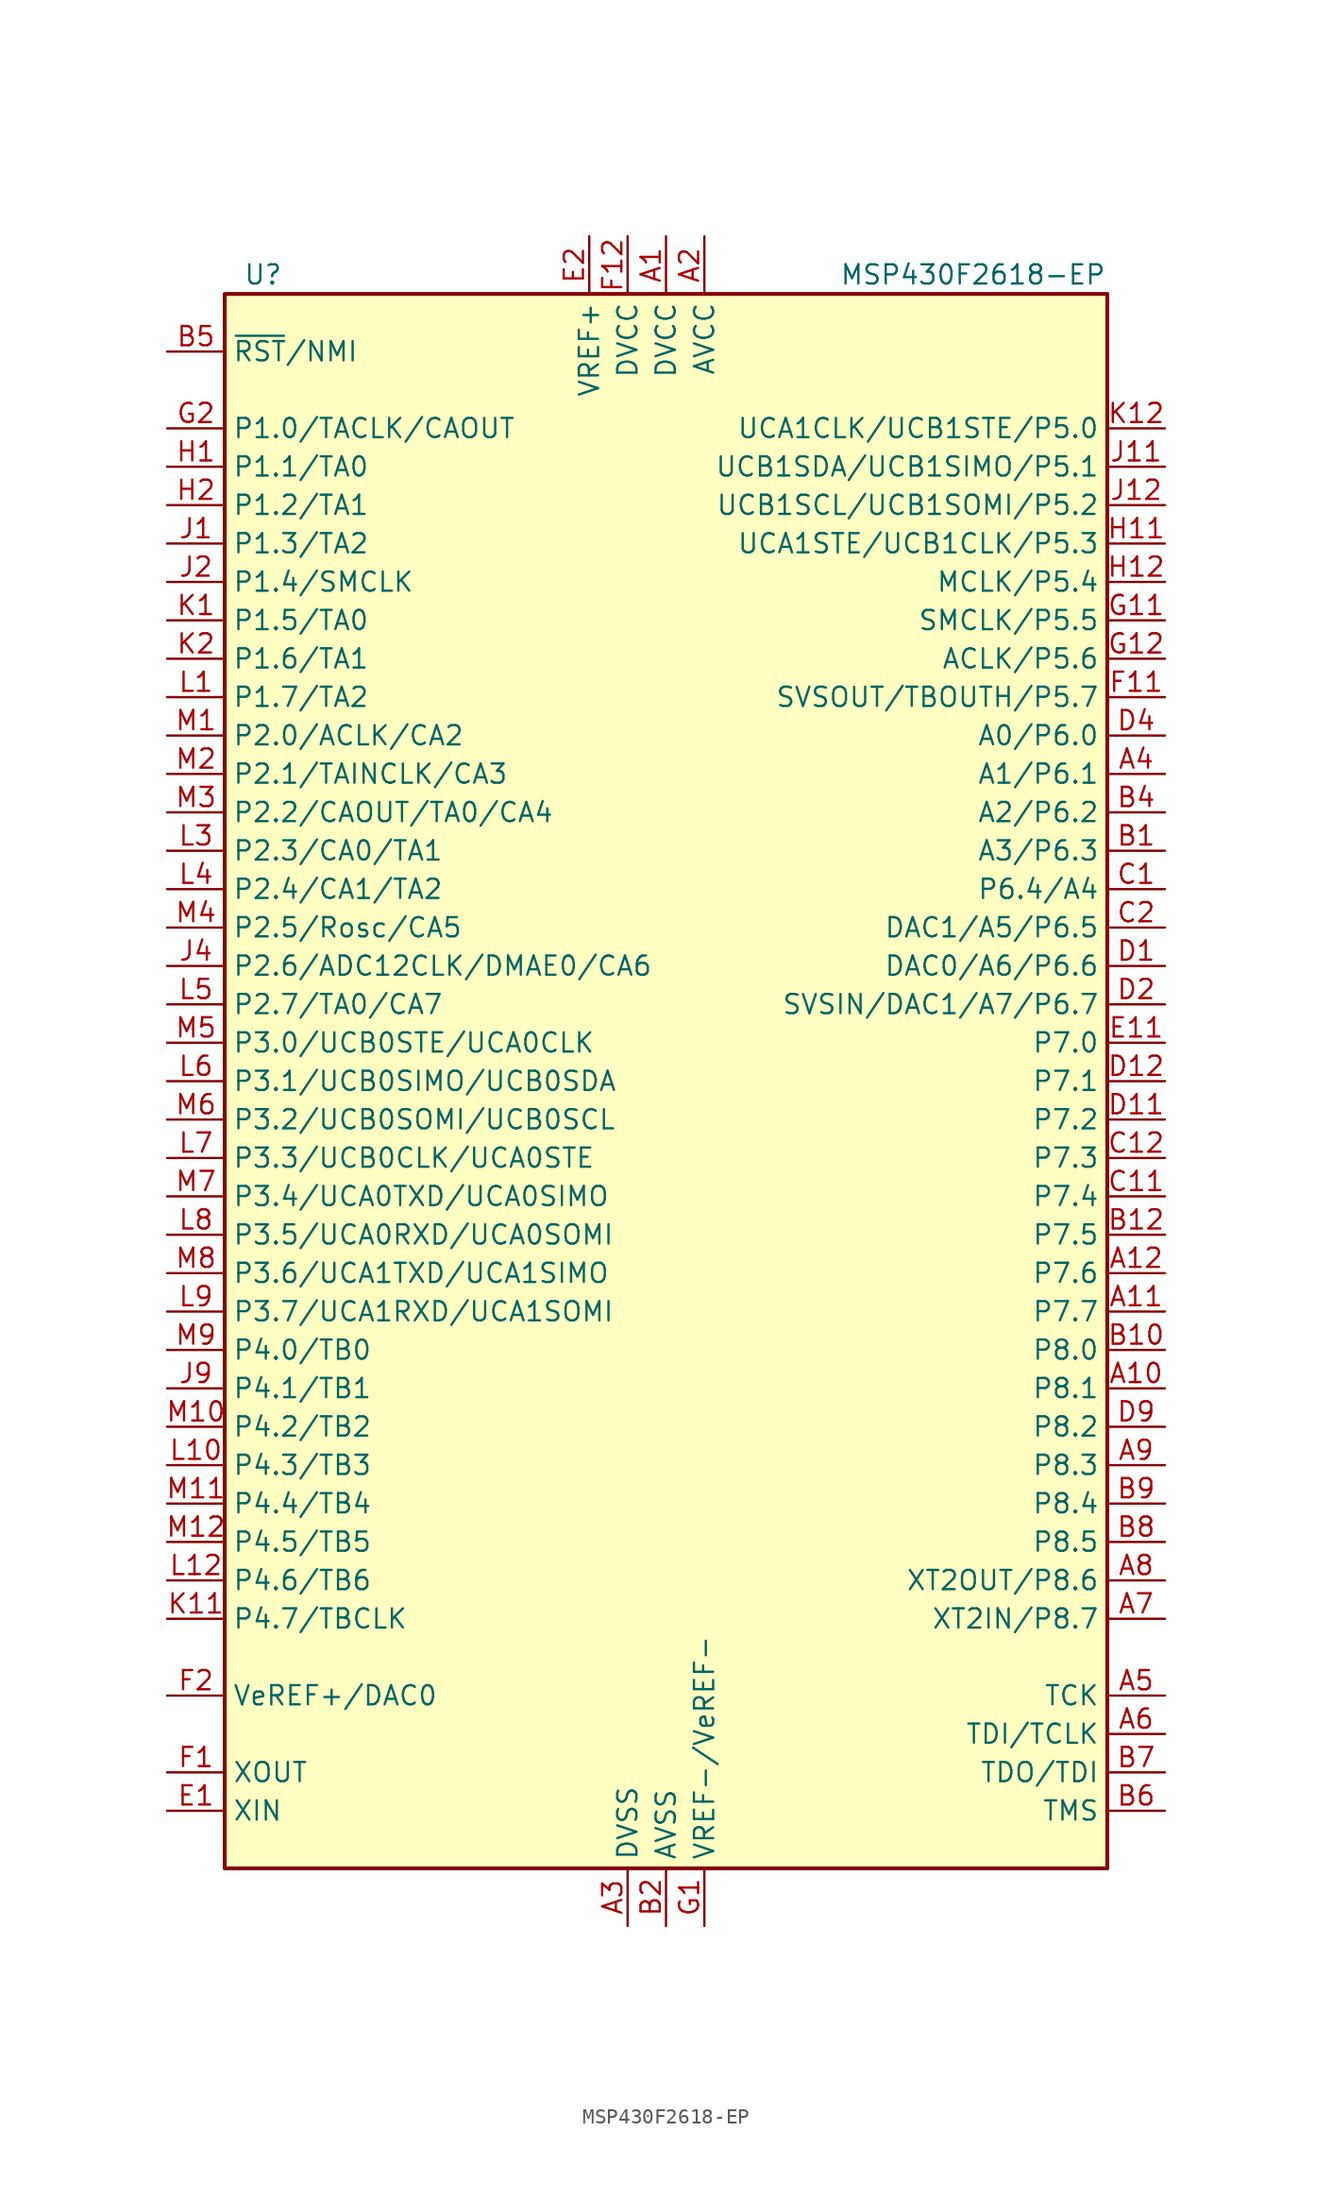
<source format=kicad_sym>
(kicad_symbol_lib
  (version 20211014)
  (generator kicad_symbol_editor)
  (symbol "MSP430F2618-EP"
    (property "Reference" "U"
      (at -26.67 53.34 0)
      (effects (font (size 1.27 1.27))))
    (property "Value" "MSP430F2618-EP"
      (at 20.32 53.34 0)
      (effects (font (size 1.27 1.27))))
    (symbol "MSP430F2618-EP_0_1"
      (rectangle (start -29.21 52.07) (end 29.21 -52.07) (stroke (width 0.254) (type default) (color 0 0 0 0)) (fill (type background))))
    (symbol "MSP430F2618-EP_1_1"
      (pin power_in line (at 0 55.88 270) (length 3.81) (name "DVCC" (effects (font (size 1.27 1.27)))) (number "A1" (effects (font (size 1.27 1.27)))))
      (pin bidirectional line (at 33.02 -20.32 180) (length 3.81) (name "P8.1" (effects (font (size 1.27 1.27)))) (number "A10" (effects (font (size 1.27 1.27)))))
      (pin bidirectional line (at 33.02 -15.24 180) (length 3.81) (name "P7.7" (effects (font (size 1.27 1.27)))) (number "A11" (effects (font (size 1.27 1.27)))))
      (pin bidirectional line (at 33.02 -12.7 180) (length 3.81) (name "P7.6" (effects (font (size 1.27 1.27)))) (number "A12" (effects (font (size 1.27 1.27)))))
      (pin power_in line (at 2.54 55.88 270) (length 3.81) (name "AVCC" (effects (font (size 1.27 1.27)))) (number "A2" (effects (font (size 1.27 1.27)))))
      (pin power_in line (at -2.54 -55.88 90) (length 3.81) (name "DVSS" (effects (font (size 1.27 1.27)))) (number "A3" (effects (font (size 1.27 1.27)))))
      (pin bidirectional line (at 33.02 20.32 180) (length 3.81) (name "A1/P6.1" (effects (font (size 1.27 1.27)))) (number "A4" (effects (font (size 1.27 1.27)))))
      (pin input line (at 33.02 -40.64 180) (length 3.81) (name "TCK" (effects (font (size 1.27 1.27)))) (number "A5" (effects (font (size 1.27 1.27)))))
      (pin input line (at 33.02 -43.18 180) (length 3.81) (name "TDI/TCLK" (effects (font (size 1.27 1.27)))) (number "A6" (effects (font (size 1.27 1.27)))))
      (pin bidirectional line (at 33.02 -35.56 180) (length 3.81) (name "XT2IN/P8.7" (effects (font (size 1.27 1.27)))) (number "A7" (effects (font (size 1.27 1.27)))))
      (pin bidirectional line (at 33.02 -33.02 180) (length 3.81) (name "XT2OUT/P8.6" (effects (font (size 1.27 1.27)))) (number "A8" (effects (font (size 1.27 1.27)))))
      (pin bidirectional line (at 33.02 -25.4 180) (length 3.81) (name "P8.3" (effects (font (size 1.27 1.27)))) (number "A9" (effects (font (size 1.27 1.27)))))
      (pin bidirectional line (at 33.02 15.24 180) (length 3.81) (name "A3/P6.3" (effects (font (size 1.27 1.27)))) (number "B1" (effects (font (size 1.27 1.27)))))
      (pin bidirectional line (at 33.02 -17.78 180) (length 3.81) (name "P8.0" (effects (font (size 1.27 1.27)))) (number "B10" (effects (font (size 1.27 1.27)))))
      (pin power_in line (at -2.54 -55.88 90) (length 3.81) hide (name "DVSS" (effects (font (size 1.27 1.27)))) (number "B11" (effects (font (size 1.27 1.27)))))
      (pin bidirectional line (at 33.02 -10.16 180) (length 3.81) (name "P7.5" (effects (font (size 1.27 1.27)))) (number "B12" (effects (font (size 1.27 1.27)))))
      (pin power_in line (at 0 -55.88 90) (length 3.81) (name "AVSS" (effects (font (size 1.27 1.27)))) (number "B2" (effects (font (size 1.27 1.27)))))
      (pin power_in line (at 0 -55.88 90) (length 3.81) hide (name "AVSS" (effects (font (size 1.27 1.27)))) (number "B3" (effects (font (size 1.27 1.27)))))
      (pin bidirectional line (at 33.02 17.78 180) (length 3.81) (name "A2/P6.2" (effects (font (size 1.27 1.27)))) (number "B4" (effects (font (size 1.27 1.27)))))
      (pin input line (at -33.02 48.26 0) (length 3.81) (name "~{RST}/NMI" (effects (font (size 1.27 1.27)))) (number "B5" (effects (font (size 1.27 1.27)))))
      (pin input line (at 33.02 -48.26 180) (length 3.81) (name "TMS" (effects (font (size 1.27 1.27)))) (number "B6" (effects (font (size 1.27 1.27)))))
      (pin bidirectional line (at 33.02 -45.72 180) (length 3.81) (name "TDO/TDI" (effects (font (size 1.27 1.27)))) (number "B7" (effects (font (size 1.27 1.27)))))
      (pin bidirectional line (at 33.02 -30.48 180) (length 3.81) (name "P8.5" (effects (font (size 1.27 1.27)))) (number "B8" (effects (font (size 1.27 1.27)))))
      (pin bidirectional line (at 33.02 -27.94 180) (length 3.81) (name "P8.4" (effects (font (size 1.27 1.27)))) (number "B9" (effects (font (size 1.27 1.27)))))
      (pin bidirectional line (at 33.02 12.7 180) (length 3.81) (name "P6.4/A4" (effects (font (size 1.27 1.27)))) (number "C1" (effects (font (size 1.27 1.27)))))
      (pin bidirectional line (at 33.02 -7.62 180) (length 3.81) (name "P7.4" (effects (font (size 1.27 1.27)))) (number "C11" (effects (font (size 1.27 1.27)))))
      (pin bidirectional line (at 33.02 -5.08 180) (length 3.81) (name "P7.3" (effects (font (size 1.27 1.27)))) (number "C12" (effects (font (size 1.27 1.27)))))
      (pin bidirectional line (at 33.02 10.16 180) (length 3.81) (name "DAC1/A5/P6.5" (effects (font (size 1.27 1.27)))) (number "C2" (effects (font (size 1.27 1.27)))))
      (pin bidirectional line (at 33.02 10.16 180) (length 3.81) hide (name "DAC1/A5/P6.5" (effects (font (size 1.27 1.27)))) (number "C3" (effects (font (size 1.27 1.27)))))
      (pin bidirectional line (at 33.02 7.62 180) (length 3.81) (name "DAC0/A6/P6.6" (effects (font (size 1.27 1.27)))) (number "D1" (effects (font (size 1.27 1.27)))))
      (pin bidirectional line (at 33.02 -2.54 180) (length 3.81) (name "P7.2" (effects (font (size 1.27 1.27)))) (number "D11" (effects (font (size 1.27 1.27)))))
      (pin bidirectional line (at 33.02 0 180) (length 3.81) (name "P7.1" (effects (font (size 1.27 1.27)))) (number "D12" (effects (font (size 1.27 1.27)))))
      (pin bidirectional line (at 33.02 5.08 180) (length 3.81) (name "SVSIN/DAC1/A7/P6.7" (effects (font (size 1.27 1.27)))) (number "D2" (effects (font (size 1.27 1.27)))))
      (pin bidirectional line (at 33.02 22.86 180) (length 3.81) (name "A0/P6.0" (effects (font (size 1.27 1.27)))) (number "D4" (effects (font (size 1.27 1.27)))))
      (pin power_in line (at -2.54 -55.88 90) (length 3.81) hide (name "DVSS" (effects (font (size 1.27 1.27)))) (number "D5" (effects (font (size 1.27 1.27)))))
      (pin power_in line (at -2.54 -55.88 90) (length 3.81) hide (name "DVSS" (effects (font (size 1.27 1.27)))) (number "D6" (effects (font (size 1.27 1.27)))))
      (pin power_in line (at -2.54 -55.88 90) (length 3.81) hide (name "DVSS" (effects (font (size 1.27 1.27)))) (number "D7" (effects (font (size 1.27 1.27)))))
      (pin power_in line (at -2.54 -55.88 90) (length 3.81) hide (name "DVSS" (effects (font (size 1.27 1.27)))) (number "D8" (effects (font (size 1.27 1.27)))))
      (pin bidirectional line (at 33.02 -22.86 180) (length 3.81) (name "P8.2" (effects (font (size 1.27 1.27)))) (number "D9" (effects (font (size 1.27 1.27)))))
      (pin input line (at -33.02 -48.26 0) (length 3.81) (name "XIN" (effects (font (size 1.27 1.27)))) (number "E1" (effects (font (size 1.27 1.27)))))
      (pin power_in line (at 33.02 2.54 180) (length 3.81) (name "P7.0" (effects (font (size 1.27 1.27)))) (number "E11" (effects (font (size 1.27 1.27)))))
      (pin power_in line (at -2.54 -55.88 90) (length 3.81) hide (name "DVSS" (effects (font (size 1.27 1.27)))) (number "E12" (effects (font (size 1.27 1.27)))))
      (pin power_in line (at -5.08 55.88 270) (length 3.81) (name "VREF+" (effects (font (size 1.27 1.27)))) (number "E2" (effects (font (size 1.27 1.27)))))
      (pin power_in line (at -2.54 -55.88 90) (length 3.81) hide (name "DVSS" (effects (font (size 1.27 1.27)))) (number "E4" (effects (font (size 1.27 1.27)))))
      (pin power_in line (at -2.54 -55.88 90) (length 3.81) hide (name "DVSS" (effects (font (size 1.27 1.27)))) (number "E5" (effects (font (size 1.27 1.27)))))
      (pin power_in line (at -2.54 -55.88 90) (length 3.81) hide (name "DVSS" (effects (font (size 1.27 1.27)))) (number "E6" (effects (font (size 1.27 1.27)))))
      (pin power_in line (at -2.54 -55.88 90) (length 3.81) hide (name "DVSS" (effects (font (size 1.27 1.27)))) (number "E7" (effects (font (size 1.27 1.27)))))
      (pin power_in line (at -2.54 -55.88 90) (length 3.81) hide (name "DVSS" (effects (font (size 1.27 1.27)))) (number "E8" (effects (font (size 1.27 1.27)))))
      (pin power_in line (at -2.54 -55.88 90) (length 3.81) hide (name "DVSS" (effects (font (size 1.27 1.27)))) (number "E9" (effects (font (size 1.27 1.27)))))
      (pin output line (at -33.02 -45.72 0) (length 3.81) (name "XOUT" (effects (font (size 1.27 1.27)))) (number "F1" (effects (font (size 1.27 1.27)))))
      (pin bidirectional line (at 33.02 25.4 180) (length 3.81) (name "SVSOUT/TBOUTH/P5.7" (effects (font (size 1.27 1.27)))) (number "F11" (effects (font (size 1.27 1.27)))))
      (pin power_in line (at -2.54 55.88 270) (length 3.81) (name "DVCC" (effects (font (size 1.27 1.27)))) (number "F12" (effects (font (size 1.27 1.27)))))
      (pin bidirectional line (at -33.02 -40.64 0) (length 3.81) (name "VeREF+/DAC0" (effects (font (size 1.27 1.27)))) (number "F2" (effects (font (size 1.27 1.27)))))
      (pin power_in line (at -2.54 -55.88 90) (length 3.81) hide (name "DVSS" (effects (font (size 1.27 1.27)))) (number "F4" (effects (font (size 1.27 1.27)))))
      (pin power_in line (at -2.54 -55.88 90) (length 3.81) hide (name "DVSS" (effects (font (size 1.27 1.27)))) (number "F5" (effects (font (size 1.27 1.27)))))
      (pin power_in line (at -2.54 -55.88 90) (length 3.81) hide (name "DVSS" (effects (font (size 1.27 1.27)))) (number "F8" (effects (font (size 1.27 1.27)))))
      (pin power_in line (at -2.54 -55.88 90) (length 3.81) hide (name "DVSS" (effects (font (size 1.27 1.27)))) (number "F9" (effects (font (size 1.27 1.27)))))
      (pin bidirectional line (at 2.54 -55.88 90) (length 3.81) (name "VREF-/VeREF-" (effects (font (size 1.27 1.27)))) (number "G1" (effects (font (size 1.27 1.27)))))
      (pin bidirectional line (at 33.02 30.48 180) (length 3.81) (name "SMCLK/P5.5" (effects (font (size 1.27 1.27)))) (number "G11" (effects (font (size 1.27 1.27)))))
      (pin bidirectional line (at 33.02 27.94 180) (length 3.81) (name "ACLK/P5.6" (effects (font (size 1.27 1.27)))) (number "G12" (effects (font (size 1.27 1.27)))))
      (pin bidirectional line (at -33.02 43.18 0) (length 3.81) (name "P1.0/TACLK/CAOUT" (effects (font (size 1.27 1.27)))) (number "G2" (effects (font (size 1.27 1.27)))))
      (pin power_in line (at -2.54 -55.88 90) (length 3.81) hide (name "DVSS" (effects (font (size 1.27 1.27)))) (number "G4" (effects (font (size 1.27 1.27)))))
      (pin power_in line (at -2.54 -55.88 90) (length 3.81) hide (name "DVSS" (effects (font (size 1.27 1.27)))) (number "G5" (effects (font (size 1.27 1.27)))))
      (pin power_in line (at -2.54 -55.88 90) (length 3.81) hide (name "DVSS" (effects (font (size 1.27 1.27)))) (number "G8" (effects (font (size 1.27 1.27)))))
      (pin power_in line (at -2.54 -55.88 90) (length 3.81) hide (name "DVSS" (effects (font (size 1.27 1.27)))) (number "G9" (effects (font (size 1.27 1.27)))))
      (pin bidirectional line (at -33.02 40.64 0) (length 3.81) (name "P1.1/TA0" (effects (font (size 1.27 1.27)))) (number "H1" (effects (font (size 1.27 1.27)))))
      (pin bidirectional line (at 33.02 35.56 180) (length 3.81) (name "UCA1STE/UCB1CLK/P5.3" (effects (font (size 1.27 1.27)))) (number "H11" (effects (font (size 1.27 1.27)))))
      (pin bidirectional line (at 33.02 33.02 180) (length 3.81) (name "MCLK/P5.4" (effects (font (size 1.27 1.27)))) (number "H12" (effects (font (size 1.27 1.27)))))
      (pin bidirectional line (at -33.02 38.1 0) (length 3.81) (name "P1.2/TA1" (effects (font (size 1.27 1.27)))) (number "H2" (effects (font (size 1.27 1.27)))))
      (pin power_in line (at -2.54 -55.88 90) (length 3.81) hide (name "DVSS" (effects (font (size 1.27 1.27)))) (number "H4" (effects (font (size 1.27 1.27)))))
      (pin power_in line (at -2.54 -55.88 90) (length 3.81) hide (name "DVSS" (effects (font (size 1.27 1.27)))) (number "H5" (effects (font (size 1.27 1.27)))))
      (pin power_in line (at -2.54 -55.88 90) (length 3.81) hide (name "DVSS" (effects (font (size 1.27 1.27)))) (number "H6" (effects (font (size 1.27 1.27)))))
      (pin power_in line (at -2.54 -55.88 90) (length 3.81) hide (name "DVSS" (effects (font (size 1.27 1.27)))) (number "H7" (effects (font (size 1.27 1.27)))))
      (pin power_in line (at -2.54 -55.88 90) (length 3.81) hide (name "DVSS" (effects (font (size 1.27 1.27)))) (number "H8" (effects (font (size 1.27 1.27)))))
      (pin power_in line (at -2.54 -55.88 90) (length 3.81) hide (name "DVSS" (effects (font (size 1.27 1.27)))) (number "H9" (effects (font (size 1.27 1.27)))))
      (pin bidirectional line (at -33.02 35.56 0) (length 3.81) (name "P1.3/TA2" (effects (font (size 1.27 1.27)))) (number "J1" (effects (font (size 1.27 1.27)))))
      (pin bidirectional line (at 33.02 40.64 180) (length 3.81) (name "UCB1SDA/UCB1SIMO/P5.1" (effects (font (size 1.27 1.27)))) (number "J11" (effects (font (size 1.27 1.27)))))
      (pin bidirectional line (at 33.02 38.1 180) (length 3.81) (name "UCB1SCL/UCB1SOMI/P5.2" (effects (font (size 1.27 1.27)))) (number "J12" (effects (font (size 1.27 1.27)))))
      (pin bidirectional line (at -33.02 33.02 0) (length 3.81) (name "P1.4/SMCLK" (effects (font (size 1.27 1.27)))) (number "J2" (effects (font (size 1.27 1.27)))))
      (pin bidirectional line (at -33.02 7.62 0) (length 3.81) (name "P2.6/ADC12CLK/DMAE0/CA6" (effects (font (size 1.27 1.27)))) (number "J4" (effects (font (size 1.27 1.27)))))
      (pin power_in line (at -2.54 -55.88 90) (length 3.81) hide (name "DVSS" (effects (font (size 1.27 1.27)))) (number "J5" (effects (font (size 1.27 1.27)))))
      (pin power_in line (at -2.54 -55.88 90) (length 3.81) hide (name "DVSS" (effects (font (size 1.27 1.27)))) (number "J6" (effects (font (size 1.27 1.27)))))
      (pin power_in line (at -2.54 -55.88 90) (length 3.81) hide (name "DVSS" (effects (font (size 1.27 1.27)))) (number "J7" (effects (font (size 1.27 1.27)))))
      (pin power_in line (at -2.54 -55.88 90) (length 3.81) hide (name "DVSS" (effects (font (size 1.27 1.27)))) (number "J8" (effects (font (size 1.27 1.27)))))
      (pin bidirectional line (at -33.02 -20.32 0) (length 3.81) (name "P4.1/TB1" (effects (font (size 1.27 1.27)))) (number "J9" (effects (font (size 1.27 1.27)))))
      (pin bidirectional line (at -33.02 30.48 0) (length 3.81) (name "P1.5/TA0" (effects (font (size 1.27 1.27)))) (number "K1" (effects (font (size 1.27 1.27)))))
      (pin bidirectional line (at -33.02 -35.56 0) (length 3.81) (name "P4.7/TBCLK" (effects (font (size 1.27 1.27)))) (number "K11" (effects (font (size 1.27 1.27)))))
      (pin bidirectional line (at 33.02 43.18 180) (length 3.81) (name "UCA1CLK/UCB1STE/P5.0" (effects (font (size 1.27 1.27)))) (number "K12" (effects (font (size 1.27 1.27)))))
      (pin bidirectional line (at -33.02 27.94 0) (length 3.81) (name "P1.6/TA1" (effects (font (size 1.27 1.27)))) (number "K2" (effects (font (size 1.27 1.27)))))
      (pin bidirectional line (at -33.02 25.4 0) (length 3.81) (name "P1.7/TA2" (effects (font (size 1.27 1.27)))) (number "L1" (effects (font (size 1.27 1.27)))))
      (pin bidirectional line (at -33.02 -25.4 0) (length 3.81) (name "P4.3/TB3" (effects (font (size 1.27 1.27)))) (number "L10" (effects (font (size 1.27 1.27)))))
      (pin power_in line (at -2.54 -55.88 90) (length 3.81) hide (name "DVSS" (effects (font (size 1.27 1.27)))) (number "L11" (effects (font (size 1.27 1.27)))))
      (pin bidirectional line (at -33.02 -33.02 0) (length 3.81) (name "P4.6/TB6" (effects (font (size 1.27 1.27)))) (number "L12" (effects (font (size 1.27 1.27)))))
      (pin power_in line (at -2.54 -55.88 90) (length 3.81) hide (name "DVSS" (effects (font (size 1.27 1.27)))) (number "L2" (effects (font (size 1.27 1.27)))))
      (pin bidirectional line (at -33.02 15.24 0) (length 3.81) (name "P2.3/CA0/TA1" (effects (font (size 1.27 1.27)))) (number "L3" (effects (font (size 1.27 1.27)))))
      (pin bidirectional line (at -33.02 12.7 0) (length 3.81) (name "P2.4/CA1/TA2" (effects (font (size 1.27 1.27)))) (number "L4" (effects (font (size 1.27 1.27)))))
      (pin bidirectional line (at -33.02 5.08 0) (length 3.81) (name "P2.7/TA0/CA7" (effects (font (size 1.27 1.27)))) (number "L5" (effects (font (size 1.27 1.27)))))
      (pin bidirectional line (at -33.02 0 0) (length 3.81) (name "P3.1/UCB0SIMO/UCB0SDA" (effects (font (size 1.27 1.27)))) (number "L6" (effects (font (size 1.27 1.27)))))
      (pin bidirectional line (at -33.02 -5.08 0) (length 3.81) (name "P3.3/UCB0CLK/UCA0STE" (effects (font (size 1.27 1.27)))) (number "L7" (effects (font (size 1.27 1.27)))))
      (pin bidirectional line (at -33.02 -10.16 0) (length 3.81) (name "P3.5/UCA0RXD/UCA0SOMI" (effects (font (size 1.27 1.27)))) (number "L8" (effects (font (size 1.27 1.27)))))
      (pin bidirectional line (at -33.02 -15.24 0) (length 3.81) (name "P3.7/UCA1RXD/UCA1SOMI" (effects (font (size 1.27 1.27)))) (number "L9" (effects (font (size 1.27 1.27)))))
      (pin bidirectional line (at -33.02 22.86 0) (length 3.81) (name "P2.0/ACLK/CA2" (effects (font (size 1.27 1.27)))) (number "M1" (effects (font (size 1.27 1.27)))))
      (pin bidirectional line (at -33.02 -22.86 0) (length 3.81) (name "P4.2/TB2" (effects (font (size 1.27 1.27)))) (number "M10" (effects (font (size 1.27 1.27)))))
      (pin bidirectional line (at -33.02 -27.94 0) (length 3.81) (name "P4.4/TB4" (effects (font (size 1.27 1.27)))) (number "M11" (effects (font (size 1.27 1.27)))))
      (pin bidirectional line (at -33.02 -30.48 0) (length 3.81) (name "P4.5/TB5" (effects (font (size 1.27 1.27)))) (number "M12" (effects (font (size 1.27 1.27)))))
      (pin bidirectional line (at -33.02 20.32 0) (length 3.81) (name "P2.1/TAINCLK/CA3" (effects (font (size 1.27 1.27)))) (number "M2" (effects (font (size 1.27 1.27)))))
      (pin bidirectional line (at -33.02 17.78 0) (length 3.81) (name "P2.2/CAOUT/TA0/CA4" (effects (font (size 1.27 1.27)))) (number "M3" (effects (font (size 1.27 1.27)))))
      (pin bidirectional line (at -33.02 10.16 0) (length 3.81) (name "P2.5/Rosc/CA5" (effects (font (size 1.27 1.27)))) (number "M4" (effects (font (size 1.27 1.27)))))
      (pin bidirectional line (at -33.02 2.54 0) (length 3.81) (name "P3.0/UCB0STE/UCA0CLK" (effects (font (size 1.27 1.27)))) (number "M5" (effects (font (size 1.27 1.27)))))
      (pin bidirectional line (at -33.02 -2.54 0) (length 3.81) (name "P3.2/UCB0SOMI/UCB0SCL" (effects (font (size 1.27 1.27)))) (number "M6" (effects (font (size 1.27 1.27)))))
      (pin bidirectional line (at -33.02 -7.62 0) (length 3.81) (name "P3.4/UCA0TXD/UCA0SIMO" (effects (font (size 1.27 1.27)))) (number "M7" (effects (font (size 1.27 1.27)))))
      (pin bidirectional line (at -33.02 -12.7 0) (length 3.81) (name "P3.6/UCA1TXD/UCA1SIMO" (effects (font (size 1.27 1.27)))) (number "M8" (effects (font (size 1.27 1.27)))))
      (pin bidirectional line (at -33.02 -17.78 0) (length 3.81) (name "P4.0/TB0" (effects (font (size 1.27 1.27)))) (number "M9" (effects (font (size 1.27 1.27))))))))
</source>
